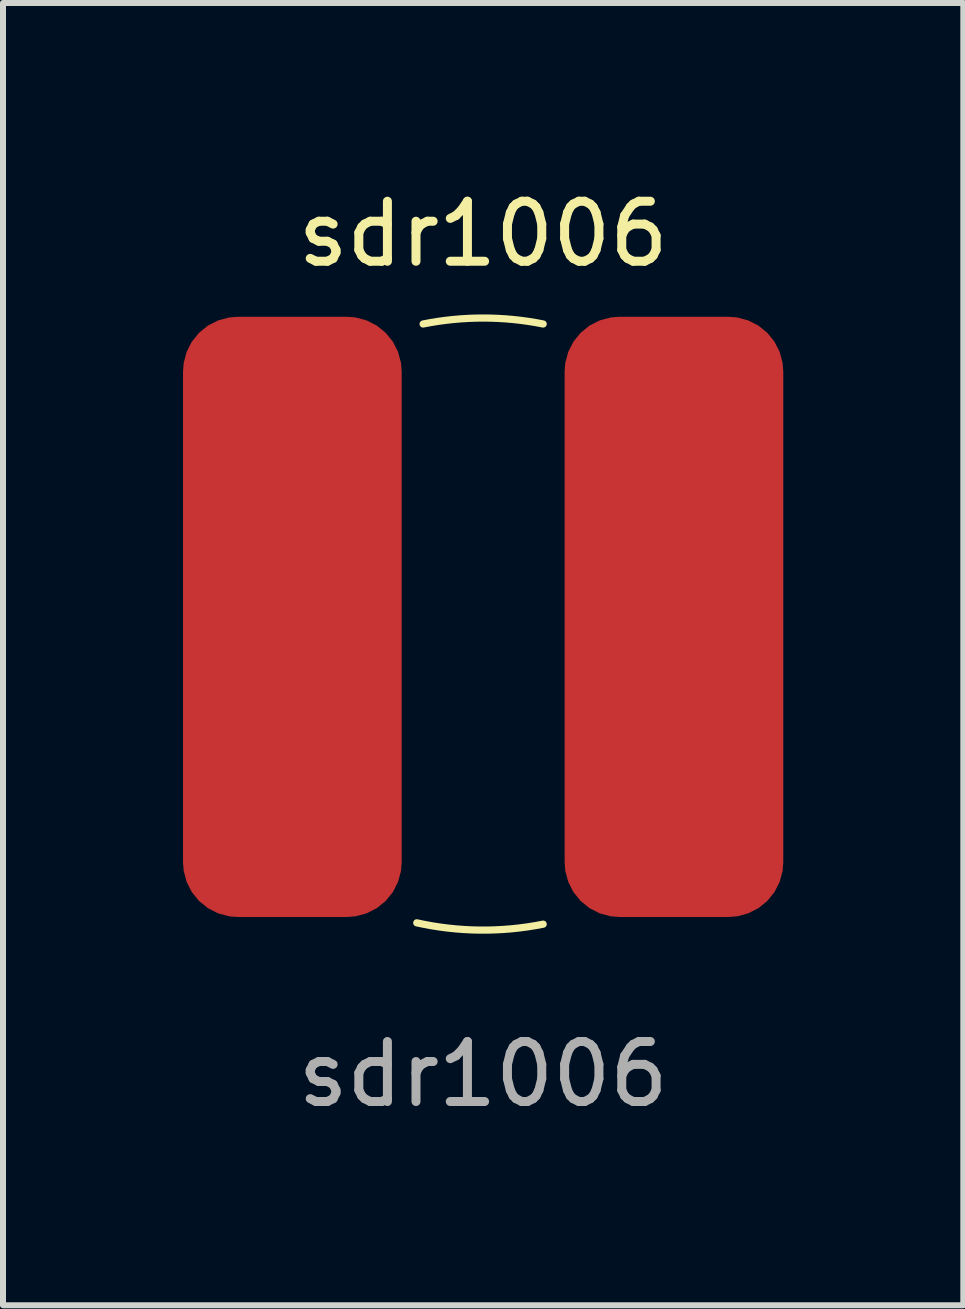
<source format=kicad_pcb>
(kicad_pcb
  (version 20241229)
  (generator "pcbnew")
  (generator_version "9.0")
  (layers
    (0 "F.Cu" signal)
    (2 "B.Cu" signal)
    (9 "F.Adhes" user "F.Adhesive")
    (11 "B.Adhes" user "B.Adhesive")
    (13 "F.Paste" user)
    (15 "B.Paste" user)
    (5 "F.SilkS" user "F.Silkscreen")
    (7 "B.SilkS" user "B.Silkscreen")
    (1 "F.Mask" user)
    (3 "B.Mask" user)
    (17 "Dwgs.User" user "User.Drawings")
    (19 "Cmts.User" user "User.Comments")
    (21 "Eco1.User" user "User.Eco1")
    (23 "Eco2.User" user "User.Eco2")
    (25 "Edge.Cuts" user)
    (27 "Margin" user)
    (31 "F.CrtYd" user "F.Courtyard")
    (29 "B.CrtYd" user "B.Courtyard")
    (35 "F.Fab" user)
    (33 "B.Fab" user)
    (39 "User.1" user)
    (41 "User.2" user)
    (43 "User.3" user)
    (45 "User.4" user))
  (footprint "sdr1006"
    (layer "F.Cu")
    (at 5 7.348)
    (property "Reference" "sdr1006" (at 0 -6.5 0) (unlocked yes) (layer "F.SilkS") (effects (font (size 1 1) (thickness 0.15))))
    (attr smd)
    (fp_arc (start -1 -4.999999) (mid 0 -5.099019) (end 1 -4.999999) (stroke (width 0.12) (type solid)) (layer "F.SilkS"))
    (fp_arc (start 1 4.999999) (mid -0.054236 5.09873) (end -1.106133 4.977596) (stroke (width 0.12) (type solid)) (layer "F.SilkS"))
    (fp_text user "${REFERENCE}" (at 0 7.5 0) (unlocked yes) (layer "F.Fab") (effects (font (size 1 1) (thickness 0.15))))
    (pad "1" smd roundrect (at 3.179 -0.12) (size 3.643 10) (layers "F.Cu" "F.Mask" "F.Paste") (roundrect_rratio 0.25))
    (pad "2" smd roundrect (at -3.179 -0.12) (size 3.643 10) (layers "F.Cu" "F.Mask" "F.Paste") (roundrect_rratio 0.25)))
  (gr_rect
    (start -3 -3)
    (end 13 18.697)
    (stroke (width 0.1) (type default))
    (fill no)
    (layer "Edge.Cuts")))
</source>
